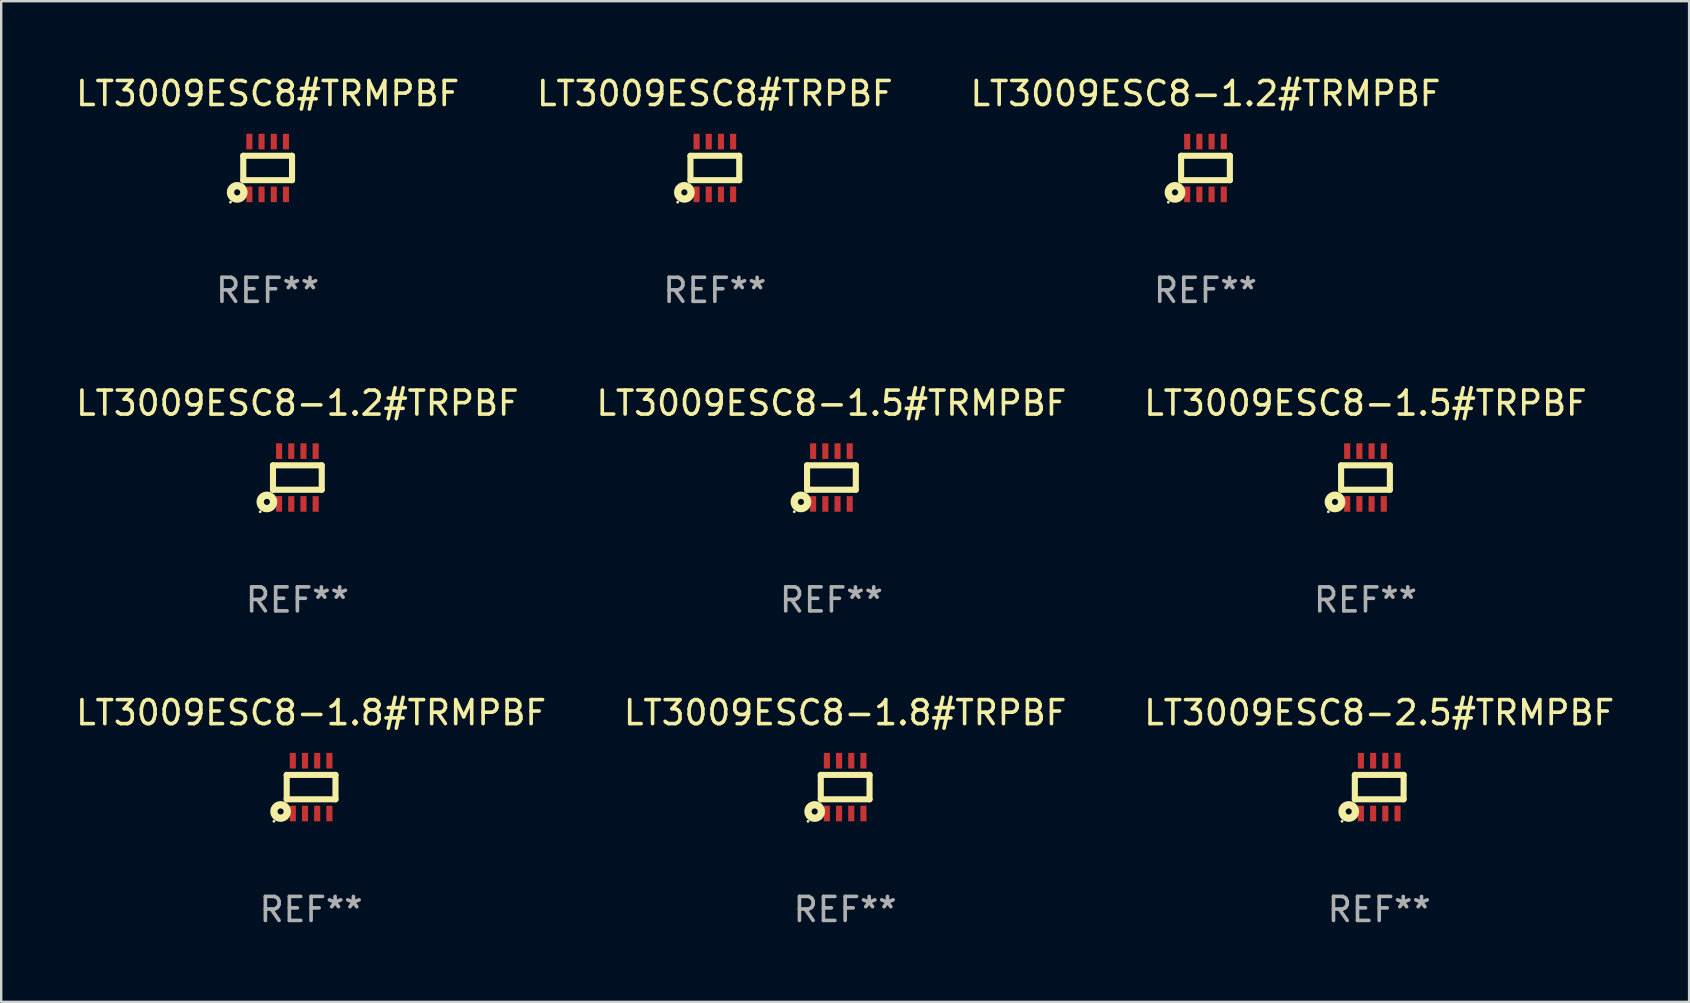
<source format=kicad_pcb>
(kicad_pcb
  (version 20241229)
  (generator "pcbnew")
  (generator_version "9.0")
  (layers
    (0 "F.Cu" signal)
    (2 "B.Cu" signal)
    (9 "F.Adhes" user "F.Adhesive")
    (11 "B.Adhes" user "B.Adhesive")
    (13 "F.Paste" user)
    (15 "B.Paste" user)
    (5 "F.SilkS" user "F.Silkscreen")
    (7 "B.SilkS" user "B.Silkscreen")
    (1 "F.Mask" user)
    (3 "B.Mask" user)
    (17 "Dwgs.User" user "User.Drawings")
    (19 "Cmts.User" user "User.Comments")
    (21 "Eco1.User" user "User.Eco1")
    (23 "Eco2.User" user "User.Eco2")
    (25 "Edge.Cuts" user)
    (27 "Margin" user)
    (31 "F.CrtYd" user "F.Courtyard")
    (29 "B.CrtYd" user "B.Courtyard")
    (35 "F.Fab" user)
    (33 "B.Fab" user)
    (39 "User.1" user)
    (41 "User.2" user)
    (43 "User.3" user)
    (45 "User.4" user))
  (footprint "LT3009ESC8-1.5#TRMPBF"
    (layer "F.Cu")
    (at 31.589 16.845)
    (property "Reference" "LT3009ESC8-1.5#TRMPBF" (at 0 -3.1 0) (layer "F.SilkS") (effects (font (size 1 1) (thickness 0.15))))
    (attr through_hole)
    (fp_line (start -1.016 -0.508) (end 1.016 -0.508) (stroke (width 0.254) (type solid)) (layer "F.SilkS"))
    (fp_line (start -1.016 0.508) (end -1.016 -0.508) (stroke (width 0.254) (type solid)) (layer "F.SilkS"))
    (fp_line (start 1.016 -0.508) (end 1.016 0.508) (stroke (width 0.254) (type solid)) (layer "F.SilkS"))
    (fp_line (start 1.016 0.508) (end -1.016 0.508) (stroke (width 0.254) (type solid)) (layer "F.SilkS"))
    (fp_circle (center -1.549 1.425) (end -1.519 1.425) (stroke (width 0.06) (type solid)) (fill no) (layer "F.SilkS"))
    (fp_circle (center -1.27 1.016) (end -1.143 1.016) (stroke (width 0.305) (type solid)) (fill no) (layer "F.SilkS"))
    (fp_text user "REF**" (at 0 5.1 0) (layer "F.Fab") (effects (font (size 1 1) (thickness 0.15))))
    (pad "1" smd rect (at -0.762 1.1 90) (size 0.65 0.254) (layers "F.Cu" "F.Mask" "F.Paste"))
    (pad "2" smd rect (at -0.254 1.1 90) (size 0.65 0.254) (layers "F.Cu" "F.Mask" "F.Paste"))
    (pad "3" smd rect (at 0.254 1.1 90) (size 0.65 0.254) (layers "F.Cu" "F.Mask" "F.Paste"))
    (pad "4" smd rect (at 0.762 1.1 90) (size 0.65 0.254) (layers "F.Cu" "F.Mask" "F.Paste"))
    (pad "5" smd rect (at 0.762 -1.1 270) (size 0.65 0.254) (layers "F.Cu" "F.Mask" "F.Paste"))
    (pad "6" smd rect (at 0.254 -1.1 270) (size 0.65 0.254) (layers "F.Cu" "F.Mask" "F.Paste"))
    (pad "7" smd rect (at -0.254 -1.1 270) (size 0.65 0.254) (layers "F.Cu" "F.Mask" "F.Paste"))
    (pad "8" smd rect (at -0.762 -1.1 270) (size 0.65 0.254) (layers "F.Cu" "F.Mask" "F.Paste")))
  (footprint "LT3009ESC8-1.2#TRPBF"
    (layer "F.Cu")
    (at 9.339 16.845)
    (property "Reference" "LT3009ESC8-1.2#TRPBF" (at 0 -3.1 0) (layer "F.SilkS") (effects (font (size 1 1) (thickness 0.15))))
    (attr through_hole)
    (fp_line (start -1.016 -0.508) (end 1.016 -0.508) (stroke (width 0.254) (type solid)) (layer "F.SilkS"))
    (fp_line (start -1.016 0.508) (end -1.016 -0.508) (stroke (width 0.254) (type solid)) (layer "F.SilkS"))
    (fp_line (start 1.016 -0.508) (end 1.016 0.508) (stroke (width 0.254) (type solid)) (layer "F.SilkS"))
    (fp_line (start 1.016 0.508) (end -1.016 0.508) (stroke (width 0.254) (type solid)) (layer "F.SilkS"))
    (fp_circle (center -1.549 1.425) (end -1.519 1.425) (stroke (width 0.06) (type solid)) (fill no) (layer "F.SilkS"))
    (fp_circle (center -1.27 1.016) (end -1.143 1.016) (stroke (width 0.305) (type solid)) (fill no) (layer "F.SilkS"))
    (fp_text user "REF**" (at 0 5.1 0) (layer "F.Fab") (effects (font (size 1 1) (thickness 0.15))))
    (pad "1" smd rect (at -0.762 1.1 90) (size 0.65 0.254) (layers "F.Cu" "F.Mask" "F.Paste"))
    (pad "2" smd rect (at -0.254 1.1 90) (size 0.65 0.254) (layers "F.Cu" "F.Mask" "F.Paste"))
    (pad "3" smd rect (at 0.254 1.1 90) (size 0.65 0.254) (layers "F.Cu" "F.Mask" "F.Paste"))
    (pad "4" smd rect (at 0.762 1.1 90) (size 0.65 0.254) (layers "F.Cu" "F.Mask" "F.Paste"))
    (pad "5" smd rect (at 0.762 -1.1 270) (size 0.65 0.254) (layers "F.Cu" "F.Mask" "F.Paste"))
    (pad "6" smd rect (at 0.254 -1.1 270) (size 0.65 0.254) (layers "F.Cu" "F.Mask" "F.Paste"))
    (pad "7" smd rect (at -0.254 -1.1 270) (size 0.65 0.254) (layers "F.Cu" "F.Mask" "F.Paste"))
    (pad "8" smd rect (at -0.762 -1.1 270) (size 0.65 0.254) (layers "F.Cu" "F.Mask" "F.Paste")))
  (footprint "LT3009ESC8-1.5#TRPBF"
    (layer "F.Cu")
    (at 53.839 16.845)
    (property "Reference" "LT3009ESC8-1.5#TRPBF" (at 0 -3.1 0) (layer "F.SilkS") (effects (font (size 1 1) (thickness 0.15))))
    (attr through_hole)
    (fp_line (start -1.016 -0.508) (end 1.016 -0.508) (stroke (width 0.254) (type solid)) (layer "F.SilkS"))
    (fp_line (start -1.016 0.508) (end -1.016 -0.508) (stroke (width 0.254) (type solid)) (layer "F.SilkS"))
    (fp_line (start 1.016 -0.508) (end 1.016 0.508) (stroke (width 0.254) (type solid)) (layer "F.SilkS"))
    (fp_line (start 1.016 0.508) (end -1.016 0.508) (stroke (width 0.254) (type solid)) (layer "F.SilkS"))
    (fp_circle (center -1.549 1.425) (end -1.519 1.425) (stroke (width 0.06) (type solid)) (fill no) (layer "F.SilkS"))
    (fp_circle (center -1.27 1.016) (end -1.143 1.016) (stroke (width 0.305) (type solid)) (fill no) (layer "F.SilkS"))
    (fp_text user "REF**" (at 0 5.1 0) (layer "F.Fab") (effects (font (size 1 1) (thickness 0.15))))
    (pad "1" smd rect (at -0.762 1.1 90) (size 0.65 0.254) (layers "F.Cu" "F.Mask" "F.Paste"))
    (pad "2" smd rect (at -0.254 1.1 90) (size 0.65 0.254) (layers "F.Cu" "F.Mask" "F.Paste"))
    (pad "3" smd rect (at 0.254 1.1 90) (size 0.65 0.254) (layers "F.Cu" "F.Mask" "F.Paste"))
    (pad "4" smd rect (at 0.762 1.1 90) (size 0.65 0.254) (layers "F.Cu" "F.Mask" "F.Paste"))
    (pad "5" smd rect (at 0.762 -1.1 270) (size 0.65 0.254) (layers "F.Cu" "F.Mask" "F.Paste"))
    (pad "6" smd rect (at 0.254 -1.1 270) (size 0.65 0.254) (layers "F.Cu" "F.Mask" "F.Paste"))
    (pad "7" smd rect (at -0.254 -1.1 270) (size 0.65 0.254) (layers "F.Cu" "F.Mask" "F.Paste"))
    (pad "8" smd rect (at -0.762 -1.1 270) (size 0.65 0.254) (layers "F.Cu" "F.Mask" "F.Paste")))
  (footprint "LT3009ESC8#TRMPBF"
    (layer "F.Cu")
    (at 8.101 3.948)
    (property "Reference" "LT3009ESC8#TRMPBF" (at 0 -3.1 0) (layer "F.SilkS") (effects (font (size 1 1) (thickness 0.15))))
    (attr through_hole)
    (fp_line (start -1.016 -0.508) (end 1.016 -0.508) (stroke (width 0.254) (type solid)) (layer "F.SilkS"))
    (fp_line (start -1.016 0.508) (end -1.016 -0.508) (stroke (width 0.254) (type solid)) (layer "F.SilkS"))
    (fp_line (start 1.016 -0.508) (end 1.016 0.508) (stroke (width 0.254) (type solid)) (layer "F.SilkS"))
    (fp_line (start 1.016 0.508) (end -1.016 0.508) (stroke (width 0.254) (type solid)) (layer "F.SilkS"))
    (fp_circle (center -1.549 1.425) (end -1.519 1.425) (stroke (width 0.06) (type solid)) (fill no) (layer "F.SilkS"))
    (fp_circle (center -1.27 1.016) (end -1.143 1.016) (stroke (width 0.305) (type solid)) (fill no) (layer "F.SilkS"))
    (fp_text user "REF**" (at 0 5.1 0) (layer "F.Fab") (effects (font (size 1 1) (thickness 0.15))))
    (pad "1" smd rect (at -0.762 1.1 90) (size 0.65 0.254) (layers "F.Cu" "F.Mask" "F.Paste"))
    (pad "2" smd rect (at -0.254 1.1 90) (size 0.65 0.254) (layers "F.Cu" "F.Mask" "F.Paste"))
    (pad "3" smd rect (at 0.254 1.1 90) (size 0.65 0.254) (layers "F.Cu" "F.Mask" "F.Paste"))
    (pad "4" smd rect (at 0.762 1.1 90) (size 0.65 0.254) (layers "F.Cu" "F.Mask" "F.Paste"))
    (pad "5" smd rect (at 0.762 -1.1 270) (size 0.65 0.254) (layers "F.Cu" "F.Mask" "F.Paste"))
    (pad "6" smd rect (at 0.254 -1.1 270) (size 0.65 0.254) (layers "F.Cu" "F.Mask" "F.Paste"))
    (pad "7" smd rect (at -0.254 -1.1 270) (size 0.65 0.254) (layers "F.Cu" "F.Mask" "F.Paste"))
    (pad "8" smd rect (at -0.762 -1.1 270) (size 0.65 0.254) (layers "F.Cu" "F.Mask" "F.Paste")))
  (footprint "LT3009ESC8-1.2#TRMPBF"
    (layer "F.Cu")
    (at 47.173 3.948)
    (property "Reference" "LT3009ESC8-1.2#TRMPBF" (at 0 -3.1 0) (layer "F.SilkS") (effects (font (size 1 1) (thickness 0.15))))
    (attr through_hole)
    (fp_line (start -1.016 -0.508) (end 1.016 -0.508) (stroke (width 0.254) (type solid)) (layer "F.SilkS"))
    (fp_line (start -1.016 0.508) (end -1.016 -0.508) (stroke (width 0.254) (type solid)) (layer "F.SilkS"))
    (fp_line (start 1.016 -0.508) (end 1.016 0.508) (stroke (width 0.254) (type solid)) (layer "F.SilkS"))
    (fp_line (start 1.016 0.508) (end -1.016 0.508) (stroke (width 0.254) (type solid)) (layer "F.SilkS"))
    (fp_circle (center -1.549 1.425) (end -1.519 1.425) (stroke (width 0.06) (type solid)) (fill no) (layer "F.SilkS"))
    (fp_circle (center -1.27 1.016) (end -1.143 1.016) (stroke (width 0.305) (type solid)) (fill no) (layer "F.SilkS"))
    (fp_text user "REF**" (at 0 5.1 0) (layer "F.Fab") (effects (font (size 1 1) (thickness 0.15))))
    (pad "1" smd rect (at -0.762 1.1 90) (size 0.65 0.254) (layers "F.Cu" "F.Mask" "F.Paste"))
    (pad "2" smd rect (at -0.254 1.1 90) (size 0.65 0.254) (layers "F.Cu" "F.Mask" "F.Paste"))
    (pad "3" smd rect (at 0.254 1.1 90) (size 0.65 0.254) (layers "F.Cu" "F.Mask" "F.Paste"))
    (pad "4" smd rect (at 0.762 1.1 90) (size 0.65 0.254) (layers "F.Cu" "F.Mask" "F.Paste"))
    (pad "5" smd rect (at 0.762 -1.1 270) (size 0.65 0.254) (layers "F.Cu" "F.Mask" "F.Paste"))
    (pad "6" smd rect (at 0.254 -1.1 270) (size 0.65 0.254) (layers "F.Cu" "F.Mask" "F.Paste"))
    (pad "7" smd rect (at -0.254 -1.1 270) (size 0.65 0.254) (layers "F.Cu" "F.Mask" "F.Paste"))
    (pad "8" smd rect (at -0.762 -1.1 270) (size 0.65 0.254) (layers "F.Cu" "F.Mask" "F.Paste")))
  (footprint "LT3009ESC8-2.5#TRMPBF"
    (layer "F.Cu")
    (at 54.411 29.742)
    (property "Reference" "LT3009ESC8-2.5#TRMPBF" (at 0 -3.1 0) (layer "F.SilkS") (effects (font (size 1 1) (thickness 0.15))))
    (attr through_hole)
    (fp_line (start -1.016 -0.508) (end 1.016 -0.508) (stroke (width 0.254) (type solid)) (layer "F.SilkS"))
    (fp_line (start -1.016 0.508) (end -1.016 -0.508) (stroke (width 0.254) (type solid)) (layer "F.SilkS"))
    (fp_line (start 1.016 -0.508) (end 1.016 0.508) (stroke (width 0.254) (type solid)) (layer "F.SilkS"))
    (fp_line (start 1.016 0.508) (end -1.016 0.508) (stroke (width 0.254) (type solid)) (layer "F.SilkS"))
    (fp_circle (center -1.549 1.425) (end -1.519 1.425) (stroke (width 0.06) (type solid)) (fill no) (layer "F.SilkS"))
    (fp_circle (center -1.27 1.016) (end -1.143 1.016) (stroke (width 0.305) (type solid)) (fill no) (layer "F.SilkS"))
    (fp_text user "REF**" (at 0 5.1 0) (layer "F.Fab") (effects (font (size 1 1) (thickness 0.15))))
    (pad "1" smd rect (at -0.762 1.1 90) (size 0.65 0.254) (layers "F.Cu" "F.Mask" "F.Paste"))
    (pad "2" smd rect (at -0.254 1.1 90) (size 0.65 0.254) (layers "F.Cu" "F.Mask" "F.Paste"))
    (pad "3" smd rect (at 0.254 1.1 90) (size 0.65 0.254) (layers "F.Cu" "F.Mask" "F.Paste"))
    (pad "4" smd rect (at 0.762 1.1 90) (size 0.65 0.254) (layers "F.Cu" "F.Mask" "F.Paste"))
    (pad "5" smd rect (at 0.762 -1.1 270) (size 0.65 0.254) (layers "F.Cu" "F.Mask" "F.Paste"))
    (pad "6" smd rect (at 0.254 -1.1 270) (size 0.65 0.254) (layers "F.Cu" "F.Mask" "F.Paste"))
    (pad "7" smd rect (at -0.254 -1.1 270) (size 0.65 0.254) (layers "F.Cu" "F.Mask" "F.Paste"))
    (pad "8" smd rect (at -0.762 -1.1 270) (size 0.65 0.254) (layers "F.Cu" "F.Mask" "F.Paste")))
  (footprint "LT3009ESC8-1.8#TRPBF"
    (layer "F.Cu")
    (at 32.161 29.742)
    (property "Reference" "LT3009ESC8-1.8#TRPBF" (at 0 -3.1 0) (layer "F.SilkS") (effects (font (size 1 1) (thickness 0.15))))
    (attr through_hole)
    (fp_line (start -1.016 -0.508) (end 1.016 -0.508) (stroke (width 0.254) (type solid)) (layer "F.SilkS"))
    (fp_line (start -1.016 0.508) (end -1.016 -0.508) (stroke (width 0.254) (type solid)) (layer "F.SilkS"))
    (fp_line (start 1.016 -0.508) (end 1.016 0.508) (stroke (width 0.254) (type solid)) (layer "F.SilkS"))
    (fp_line (start 1.016 0.508) (end -1.016 0.508) (stroke (width 0.254) (type solid)) (layer "F.SilkS"))
    (fp_circle (center -1.549 1.425) (end -1.519 1.425) (stroke (width 0.06) (type solid)) (fill no) (layer "F.SilkS"))
    (fp_circle (center -1.27 1.016) (end -1.143 1.016) (stroke (width 0.305) (type solid)) (fill no) (layer "F.SilkS"))
    (fp_text user "REF**" (at 0 5.1 0) (layer "F.Fab") (effects (font (size 1 1) (thickness 0.15))))
    (pad "1" smd rect (at -0.762 1.1 90) (size 0.65 0.254) (layers "F.Cu" "F.Mask" "F.Paste"))
    (pad "2" smd rect (at -0.254 1.1 90) (size 0.65 0.254) (layers "F.Cu" "F.Mask" "F.Paste"))
    (pad "3" smd rect (at 0.254 1.1 90) (size 0.65 0.254) (layers "F.Cu" "F.Mask" "F.Paste"))
    (pad "4" smd rect (at 0.762 1.1 90) (size 0.65 0.254) (layers "F.Cu" "F.Mask" "F.Paste"))
    (pad "5" smd rect (at 0.762 -1.1 270) (size 0.65 0.254) (layers "F.Cu" "F.Mask" "F.Paste"))
    (pad "6" smd rect (at 0.254 -1.1 270) (size 0.65 0.254) (layers "F.Cu" "F.Mask" "F.Paste"))
    (pad "7" smd rect (at -0.254 -1.1 270) (size 0.65 0.254) (layers "F.Cu" "F.Mask" "F.Paste"))
    (pad "8" smd rect (at -0.762 -1.1 270) (size 0.65 0.254) (layers "F.Cu" "F.Mask" "F.Paste")))
  (footprint "LT3009ESC8#TRPBF"
    (layer "F.Cu")
    (at 26.732 3.948)
    (property "Reference" "LT3009ESC8#TRPBF" (at 0 -3.1 0) (layer "F.SilkS") (effects (font (size 1 1) (thickness 0.15))))
    (attr through_hole)
    (fp_line (start -1.016 -0.508) (end 1.016 -0.508) (stroke (width 0.254) (type solid)) (layer "F.SilkS"))
    (fp_line (start -1.016 0.508) (end -1.016 -0.508) (stroke (width 0.254) (type solid)) (layer "F.SilkS"))
    (fp_line (start 1.016 -0.508) (end 1.016 0.508) (stroke (width 0.254) (type solid)) (layer "F.SilkS"))
    (fp_line (start 1.016 0.508) (end -1.016 0.508) (stroke (width 0.254) (type solid)) (layer "F.SilkS"))
    (fp_circle (center -1.549 1.425) (end -1.519 1.425) (stroke (width 0.06) (type solid)) (fill no) (layer "F.SilkS"))
    (fp_circle (center -1.27 1.016) (end -1.143 1.016) (stroke (width 0.305) (type solid)) (fill no) (layer "F.SilkS"))
    (fp_text user "REF**" (at 0 5.1 0) (layer "F.Fab") (effects (font (size 1 1) (thickness 0.15))))
    (pad "1" smd rect (at -0.762 1.1 90) (size 0.65 0.254) (layers "F.Cu" "F.Mask" "F.Paste"))
    (pad "2" smd rect (at -0.254 1.1 90) (size 0.65 0.254) (layers "F.Cu" "F.Mask" "F.Paste"))
    (pad "3" smd rect (at 0.254 1.1 90) (size 0.65 0.254) (layers "F.Cu" "F.Mask" "F.Paste"))
    (pad "4" smd rect (at 0.762 1.1 90) (size 0.65 0.254) (layers "F.Cu" "F.Mask" "F.Paste"))
    (pad "5" smd rect (at 0.762 -1.1 270) (size 0.65 0.254) (layers "F.Cu" "F.Mask" "F.Paste"))
    (pad "6" smd rect (at 0.254 -1.1 270) (size 0.65 0.254) (layers "F.Cu" "F.Mask" "F.Paste"))
    (pad "7" smd rect (at -0.254 -1.1 270) (size 0.65 0.254) (layers "F.Cu" "F.Mask" "F.Paste"))
    (pad "8" smd rect (at -0.762 -1.1 270) (size 0.65 0.254) (layers "F.Cu" "F.Mask" "F.Paste")))
  (footprint "LT3009ESC8-1.8#TRMPBF"
    (layer "F.Cu")
    (at 9.911 29.742)
    (property "Reference" "LT3009ESC8-1.8#TRMPBF" (at 0 -3.1 0) (layer "F.SilkS") (effects (font (size 1 1) (thickness 0.15))))
    (attr through_hole)
    (fp_line (start -1.016 -0.508) (end 1.016 -0.508) (stroke (width 0.254) (type solid)) (layer "F.SilkS"))
    (fp_line (start -1.016 0.508) (end -1.016 -0.508) (stroke (width 0.254) (type solid)) (layer "F.SilkS"))
    (fp_line (start 1.016 -0.508) (end 1.016 0.508) (stroke (width 0.254) (type solid)) (layer "F.SilkS"))
    (fp_line (start 1.016 0.508) (end -1.016 0.508) (stroke (width 0.254) (type solid)) (layer "F.SilkS"))
    (fp_circle (center -1.549 1.425) (end -1.519 1.425) (stroke (width 0.06) (type solid)) (fill no) (layer "F.SilkS"))
    (fp_circle (center -1.27 1.016) (end -1.143 1.016) (stroke (width 0.305) (type solid)) (fill no) (layer "F.SilkS"))
    (fp_text user "REF**" (at 0 5.1 0) (layer "F.Fab") (effects (font (size 1 1) (thickness 0.15))))
    (pad "1" smd rect (at -0.762 1.1 90) (size 0.65 0.254) (layers "F.Cu" "F.Mask" "F.Paste"))
    (pad "2" smd rect (at -0.254 1.1 90) (size 0.65 0.254) (layers "F.Cu" "F.Mask" "F.Paste"))
    (pad "3" smd rect (at 0.254 1.1 90) (size 0.65 0.254) (layers "F.Cu" "F.Mask" "F.Paste"))
    (pad "4" smd rect (at 0.762 1.1 90) (size 0.65 0.254) (layers "F.Cu" "F.Mask" "F.Paste"))
    (pad "5" smd rect (at 0.762 -1.1 270) (size 0.65 0.254) (layers "F.Cu" "F.Mask" "F.Paste"))
    (pad "6" smd rect (at 0.254 -1.1 270) (size 0.65 0.254) (layers "F.Cu" "F.Mask" "F.Paste"))
    (pad "7" smd rect (at -0.254 -1.1 270) (size 0.65 0.254) (layers "F.Cu" "F.Mask" "F.Paste"))
    (pad "8" smd rect (at -0.762 -1.1 270) (size 0.65 0.254) (layers "F.Cu" "F.Mask" "F.Paste")))
  (gr_rect
    (start -3 -3)
    (end 67.321 38.69)
    (stroke (width 0.1) (type default))
    (fill no)
    (layer "Edge.Cuts")))
</source>
